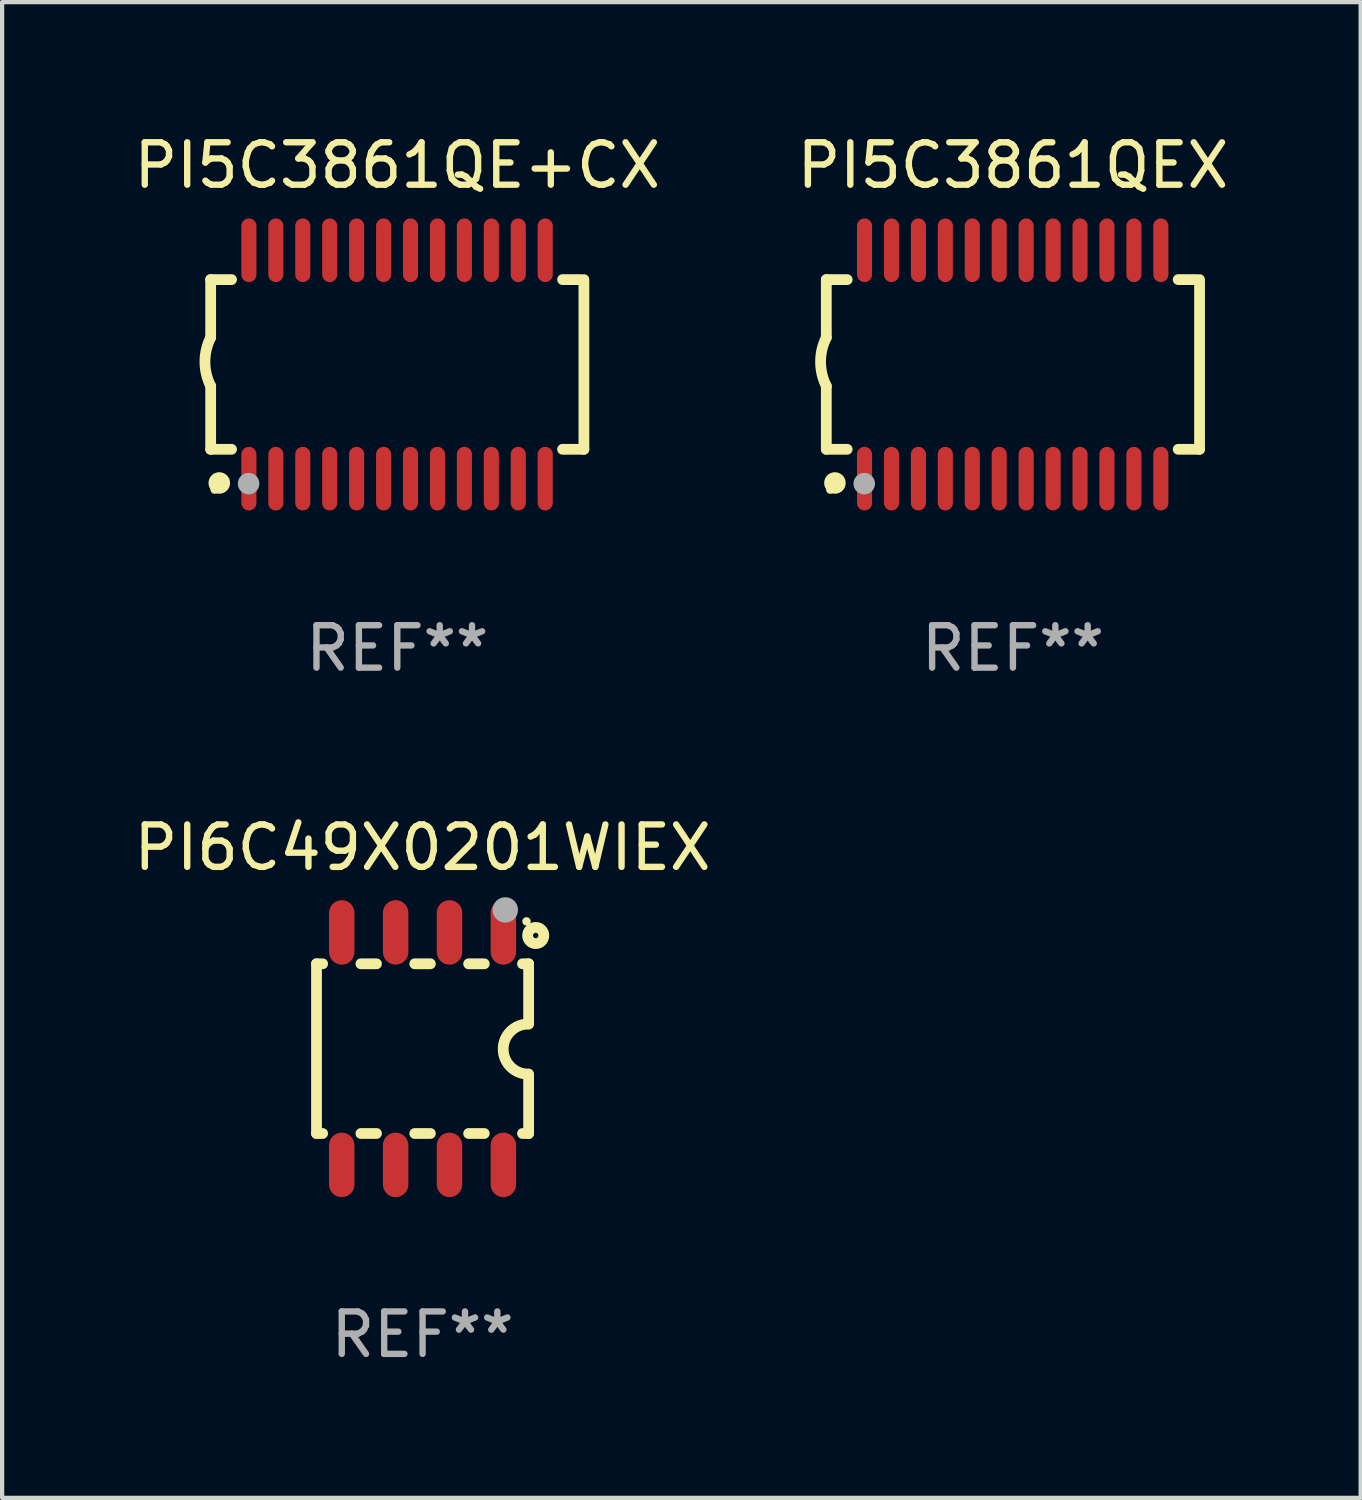
<source format=kicad_pcb>
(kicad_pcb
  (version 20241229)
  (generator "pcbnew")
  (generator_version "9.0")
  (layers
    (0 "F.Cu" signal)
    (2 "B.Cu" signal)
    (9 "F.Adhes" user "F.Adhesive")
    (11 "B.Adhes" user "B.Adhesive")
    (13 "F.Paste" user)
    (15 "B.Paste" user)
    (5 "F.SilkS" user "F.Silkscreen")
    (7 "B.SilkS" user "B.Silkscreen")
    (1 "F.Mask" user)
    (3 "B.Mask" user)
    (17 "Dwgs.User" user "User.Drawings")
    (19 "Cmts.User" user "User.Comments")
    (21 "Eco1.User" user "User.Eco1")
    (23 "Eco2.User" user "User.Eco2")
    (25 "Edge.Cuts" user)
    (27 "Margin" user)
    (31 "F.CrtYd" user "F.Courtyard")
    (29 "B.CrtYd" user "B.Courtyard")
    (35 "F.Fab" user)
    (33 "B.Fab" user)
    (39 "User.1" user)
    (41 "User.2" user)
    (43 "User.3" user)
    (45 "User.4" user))
  (footprint "PI6C49X0201WIEX"
    (layer "F.Cu")
    (at 6.911 21.669)
    (property "Reference" "PI6C49X0201WIEX" (at 0 -4.74 0) (layer "F.SilkS") (effects (font (size 1 1) (thickness 0.15))))
    (attr through_hole)
    (fp_line (start -2.5 2) (end -2.5 -2) (stroke (width 0.254) (type solid)) (layer "F.SilkS"))
    (fp_line (start -2.356 -2) (end -2.5 -2) (stroke (width 0.254) (type solid)) (layer "F.SilkS"))
    (fp_line (start -2.356 2) (end -2.5 2) (stroke (width 0.254) (type solid)) (layer "F.SilkS"))
    (fp_line (start -1.086 -2) (end -1.454 -2) (stroke (width 0.254) (type solid)) (layer "F.SilkS"))
    (fp_line (start -1.086 2) (end -1.454 2) (stroke (width 0.254) (type solid)) (layer "F.SilkS"))
    (fp_line (start 0.184 -2) (end -0.184 -2) (stroke (width 0.254) (type solid)) (layer "F.SilkS"))
    (fp_line (start 0.184 2) (end -0.184 2) (stroke (width 0.254) (type solid)) (layer "F.SilkS"))
    (fp_line (start 1.454 -2) (end 1.086 -2) (stroke (width 0.254) (type solid)) (layer "F.SilkS"))
    (fp_line (start 1.454 2) (end 1.086 2) (stroke (width 0.254) (type solid)) (layer "F.SilkS"))
    (fp_line (start 2.5 -2) (end 2.356 -2) (stroke (width 0.254) (type solid)) (layer "F.SilkS"))
    (fp_line (start 2.5 -0.58) (end 2.5 -2) (stroke (width 0.254) (type solid)) (layer "F.SilkS"))
    (fp_line (start 2.5 2) (end 2.356 2) (stroke (width 0.254) (type solid)) (layer "F.SilkS"))
    (fp_line (start 2.5 2) (end 2.5 0.6) (stroke (width 0.254) (type solid)) (layer "F.SilkS"))
    (fp_arc (start 2.489992 0.600051) (mid 1.901674 0.010046) (end 2.489992 -0.579959) (stroke (width 0.254001) (type solid)) (layer "F.SilkS"))
    (fp_circle (center 2.45 -3) (end 2.5 -3) (stroke (width 0.1) (type solid)) (fill no) (layer "F.SilkS"))
    (fp_circle (center 2.667 -2.667) (end 2.858 -2.667) (stroke (width 0.254) (type solid)) (fill no) (layer "F.SilkS"))
    (fp_circle (center 1.95 -3.27) (end 2.1 -3.27) (stroke (width 0.3) (type solid)) (fill no) (layer "F.Fab"))
    (fp_text user "REF**" (at 0 6.74 0) (layer "F.Fab") (effects (font (size 1 1) (thickness 0.15))))
    (pad "1" smd oval (at 1.905 -2.74) (size 0.6 1.52) (layers "F.Cu" "F.Mask" "F.Paste"))
    (pad "2" smd oval (at 0.635 -2.74) (size 0.6 1.52) (layers "F.Cu" "F.Mask" "F.Paste"))
    (pad "3" smd oval (at -0.635 -2.74) (size 0.6 1.52) (layers "F.Cu" "F.Mask" "F.Paste"))
    (pad "4" smd oval (at -1.905 -2.74) (size 0.6 1.52) (layers "F.Cu" "F.Mask" "F.Paste"))
    (pad "5" smd oval (at -1.905 2.74) (size 0.6 1.52) (layers "F.Cu" "F.Mask" "F.Paste"))
    (pad "6" smd oval (at -0.635 2.74) (size 0.6 1.52) (layers "F.Cu" "F.Mask" "F.Paste"))
    (pad "7" smd oval (at 0.635 2.74) (size 0.6 1.52) (layers "F.Cu" "F.Mask" "F.Paste"))
    (pad "8" smd oval (at 1.905 2.74) (size 0.6 1.52) (layers "F.Cu" "F.Mask" "F.Paste")))
  (footprint "PI5C3861QE+CX"
    (layer "F.Cu")
    (at 6.315 5.541)
    (property "Reference" "PI5C3861QE+CX" (at 0 -4.692 0) (layer "F.SilkS") (effects (font (size 1 1) (thickness 0.15))))
    (attr through_hole)
    (fp_line (start -4.399 -2) (end -4.399 -0.635) (stroke (width 0.254) (type solid)) (layer "F.SilkS"))
    (fp_line (start -4.399 -2) (end -3.907 -2) (stroke (width 0.254) (type solid)) (layer "F.SilkS"))
    (fp_line (start -4.399 2) (end -4.399 0.508) (stroke (width 0.254) (type solid)) (layer "F.SilkS"))
    (fp_line (start -4.399 2) (end -3.907 2) (stroke (width 0.254) (type solid)) (layer "F.SilkS"))
    (fp_line (start 3.896 -2) (end 4.313 -2) (stroke (width 0.254) (type solid)) (layer "F.SilkS"))
    (fp_line (start 3.896 2) (end 4.399 2) (stroke (width 0.254) (type solid)) (layer "F.SilkS"))
    (fp_line (start 4.399 2) (end 4.399 -2) (stroke (width 0.254) (type solid)) (layer "F.SilkS"))
    (fp_arc (start -4.399301 0.508001) (mid -4.534214 -0.0635) (end -4.399301 -0.635001) (stroke (width 0.254001) (type solid)) (layer "F.SilkS"))
    (fp_circle (center -4.305 2.95) (end -4.255 2.95) (stroke (width 0.1) (type solid)) (fill no) (layer "F.SilkS"))
    (fp_circle (center -4.196 2.794) (end -4.069 2.794) (stroke (width 0.254) (type solid)) (fill no) (layer "F.SilkS"))
    (fp_circle (center -3.505 2.81) (end -3.378 2.81) (stroke (width 0.254) (type solid)) (fill no) (layer "F.Fab"))
    (fp_text user "REF**" (at 0 6.692 0) (layer "F.Fab") (effects (font (size 1 1) (thickness 0.15))))
    (pad "1" smd oval (at -3.498 2.692 90) (size 1.5 0.356) (layers "F.Cu" "F.Mask" "F.Paste"))
    (pad "2" smd oval (at -2.863 2.692 90) (size 1.5 0.356) (layers "F.Cu" "F.Mask" "F.Paste"))
    (pad "3" smd oval (at -2.228 2.692 90) (size 1.5 0.356) (layers "F.Cu" "F.Mask" "F.Paste"))
    (pad "4" smd oval (at -1.593 2.692 90) (size 1.5 0.356) (layers "F.Cu" "F.Mask" "F.Paste"))
    (pad "5" smd oval (at -0.958 2.692 90) (size 1.5 0.356) (layers "F.Cu" "F.Mask" "F.Paste"))
    (pad "6" smd oval (at -0.323 2.692 90) (size 1.5 0.356) (layers "F.Cu" "F.Mask" "F.Paste"))
    (pad "7" smd oval (at 0.312 2.692 90) (size 1.5 0.356) (layers "F.Cu" "F.Mask" "F.Paste"))
    (pad "8" smd oval (at 0.947 2.692 90) (size 1.5 0.356) (layers "F.Cu" "F.Mask" "F.Paste"))
    (pad "9" smd oval (at 1.582 2.692 90) (size 1.5 0.356) (layers "F.Cu" "F.Mask" "F.Paste"))
    (pad "10" smd oval (at 2.217 2.692 90) (size 1.5 0.356) (layers "F.Cu" "F.Mask" "F.Paste"))
    (pad "11" smd oval (at 2.852 2.692 90) (size 1.5 0.356) (layers "F.Cu" "F.Mask" "F.Paste"))
    (pad "12" smd oval (at 3.487 2.692 90) (size 1.5 0.356) (layers "F.Cu" "F.Mask" "F.Paste"))
    (pad "13" smd oval (at 3.487 -2.692 90) (size 1.5 0.356) (layers "F.Cu" "F.Mask" "F.Paste"))
    (pad "14" smd oval (at 2.852 -2.692 90) (size 1.5 0.356) (layers "F.Cu" "F.Mask" "F.Paste"))
    (pad "15" smd oval (at 2.217 -2.692 90) (size 1.5 0.356) (layers "F.Cu" "F.Mask" "F.Paste"))
    (pad "16" smd oval (at 1.582 -2.692 90) (size 1.5 0.356) (layers "F.Cu" "F.Mask" "F.Paste"))
    (pad "17" smd oval (at 0.947 -2.692 90) (size 1.5 0.356) (layers "F.Cu" "F.Mask" "F.Paste"))
    (pad "18" smd oval (at 0.312 -2.692 90) (size 1.5 0.356) (layers "F.Cu" "F.Mask" "F.Paste"))
    (pad "19" smd oval (at -0.323 -2.692 90) (size 1.5 0.356) (layers "F.Cu" "F.Mask" "F.Paste"))
    (pad "20" smd oval (at -0.958 -2.692 90) (size 1.5 0.356) (layers "F.Cu" "F.Mask" "F.Paste"))
    (pad "21" smd oval (at -1.593 -2.692 90) (size 1.5 0.356) (layers "F.Cu" "F.Mask" "F.Paste"))
    (pad "22" smd oval (at -2.228 -2.692 90) (size 1.5 0.356) (layers "F.Cu" "F.Mask" "F.Paste"))
    (pad "23" smd oval (at -2.863 -2.692 90) (size 1.5 0.356) (layers "F.Cu" "F.Mask" "F.Paste"))
    (pad "24" smd oval (at -3.498 -2.692 90) (size 1.5 0.356) (layers "F.Cu" "F.Mask" "F.Paste")))
  (footprint "PI5C3861QEX"
    (layer "F.Cu")
    (at 20.827 5.541)
    (property "Reference" "PI5C3861QEX" (at 0 -4.692 0) (layer "F.SilkS") (effects (font (size 1 1) (thickness 0.15))))
    (attr through_hole)
    (fp_line (start -4.399 -2) (end -4.399 -0.635) (stroke (width 0.254) (type solid)) (layer "F.SilkS"))
    (fp_line (start -4.399 -2) (end -3.907 -2) (stroke (width 0.254) (type solid)) (layer "F.SilkS"))
    (fp_line (start -4.399 2) (end -4.399 0.508) (stroke (width 0.254) (type solid)) (layer "F.SilkS"))
    (fp_line (start -4.399 2) (end -3.907 2) (stroke (width 0.254) (type solid)) (layer "F.SilkS"))
    (fp_line (start 3.896 -2) (end 4.313 -2) (stroke (width 0.254) (type solid)) (layer "F.SilkS"))
    (fp_line (start 3.896 2) (end 4.399 2) (stroke (width 0.254) (type solid)) (layer "F.SilkS"))
    (fp_line (start 4.399 2) (end 4.399 -2) (stroke (width 0.254) (type solid)) (layer "F.SilkS"))
    (fp_arc (start -4.399301 0.508001) (mid -4.534214 -0.0635) (end -4.399301 -0.635001) (stroke (width 0.254001) (type solid)) (layer "F.SilkS"))
    (fp_circle (center -4.305 2.95) (end -4.255 2.95) (stroke (width 0.1) (type solid)) (fill no) (layer "F.SilkS"))
    (fp_circle (center -4.196 2.794) (end -4.069 2.794) (stroke (width 0.254) (type solid)) (fill no) (layer "F.SilkS"))
    (fp_circle (center -3.505 2.81) (end -3.378 2.81) (stroke (width 0.254) (type solid)) (fill no) (layer "F.Fab"))
    (fp_text user "REF**" (at 0 6.692 0) (layer "F.Fab") (effects (font (size 1 1) (thickness 0.15))))
    (pad "1" smd oval (at -3.498 2.692 90) (size 1.5 0.356) (layers "F.Cu" "F.Mask" "F.Paste"))
    (pad "2" smd oval (at -2.863 2.692 90) (size 1.5 0.356) (layers "F.Cu" "F.Mask" "F.Paste"))
    (pad "3" smd oval (at -2.228 2.692 90) (size 1.5 0.356) (layers "F.Cu" "F.Mask" "F.Paste"))
    (pad "4" smd oval (at -1.593 2.692 90) (size 1.5 0.356) (layers "F.Cu" "F.Mask" "F.Paste"))
    (pad "5" smd oval (at -0.958 2.692 90) (size 1.5 0.356) (layers "F.Cu" "F.Mask" "F.Paste"))
    (pad "6" smd oval (at -0.323 2.692 90) (size 1.5 0.356) (layers "F.Cu" "F.Mask" "F.Paste"))
    (pad "7" smd oval (at 0.312 2.692 90) (size 1.5 0.356) (layers "F.Cu" "F.Mask" "F.Paste"))
    (pad "8" smd oval (at 0.947 2.692 90) (size 1.5 0.356) (layers "F.Cu" "F.Mask" "F.Paste"))
    (pad "9" smd oval (at 1.582 2.692 90) (size 1.5 0.356) (layers "F.Cu" "F.Mask" "F.Paste"))
    (pad "10" smd oval (at 2.217 2.692 90) (size 1.5 0.356) (layers "F.Cu" "F.Mask" "F.Paste"))
    (pad "11" smd oval (at 2.852 2.692 90) (size 1.5 0.356) (layers "F.Cu" "F.Mask" "F.Paste"))
    (pad "12" smd oval (at 3.487 2.692 90) (size 1.5 0.356) (layers "F.Cu" "F.Mask" "F.Paste"))
    (pad "13" smd oval (at 3.487 -2.692 90) (size 1.5 0.356) (layers "F.Cu" "F.Mask" "F.Paste"))
    (pad "14" smd oval (at 2.852 -2.692 90) (size 1.5 0.356) (layers "F.Cu" "F.Mask" "F.Paste"))
    (pad "15" smd oval (at 2.217 -2.692 90) (size 1.5 0.356) (layers "F.Cu" "F.Mask" "F.Paste"))
    (pad "16" smd oval (at 1.582 -2.692 90) (size 1.5 0.356) (layers "F.Cu" "F.Mask" "F.Paste"))
    (pad "17" smd oval (at 0.947 -2.692 90) (size 1.5 0.356) (layers "F.Cu" "F.Mask" "F.Paste"))
    (pad "18" smd oval (at 0.312 -2.692 90) (size 1.5 0.356) (layers "F.Cu" "F.Mask" "F.Paste"))
    (pad "19" smd oval (at -0.323 -2.692 90) (size 1.5 0.356) (layers "F.Cu" "F.Mask" "F.Paste"))
    (pad "20" smd oval (at -0.958 -2.692 90) (size 1.5 0.356) (layers "F.Cu" "F.Mask" "F.Paste"))
    (pad "21" smd oval (at -1.593 -2.692 90) (size 1.5 0.356) (layers "F.Cu" "F.Mask" "F.Paste"))
    (pad "22" smd oval (at -2.228 -2.692 90) (size 1.5 0.356) (layers "F.Cu" "F.Mask" "F.Paste"))
    (pad "23" smd oval (at -2.863 -2.692 90) (size 1.5 0.356) (layers "F.Cu" "F.Mask" "F.Paste"))
    (pad "24" smd oval (at -3.498 -2.692 90) (size 1.5 0.356) (layers "F.Cu" "F.Mask" "F.Paste")))
  (gr_rect
    (start -3 -3)
    (end 29.024 32.258)
    (stroke (width 0.1) (type default))
    (fill no)
    (layer "Edge.Cuts")))
</source>
